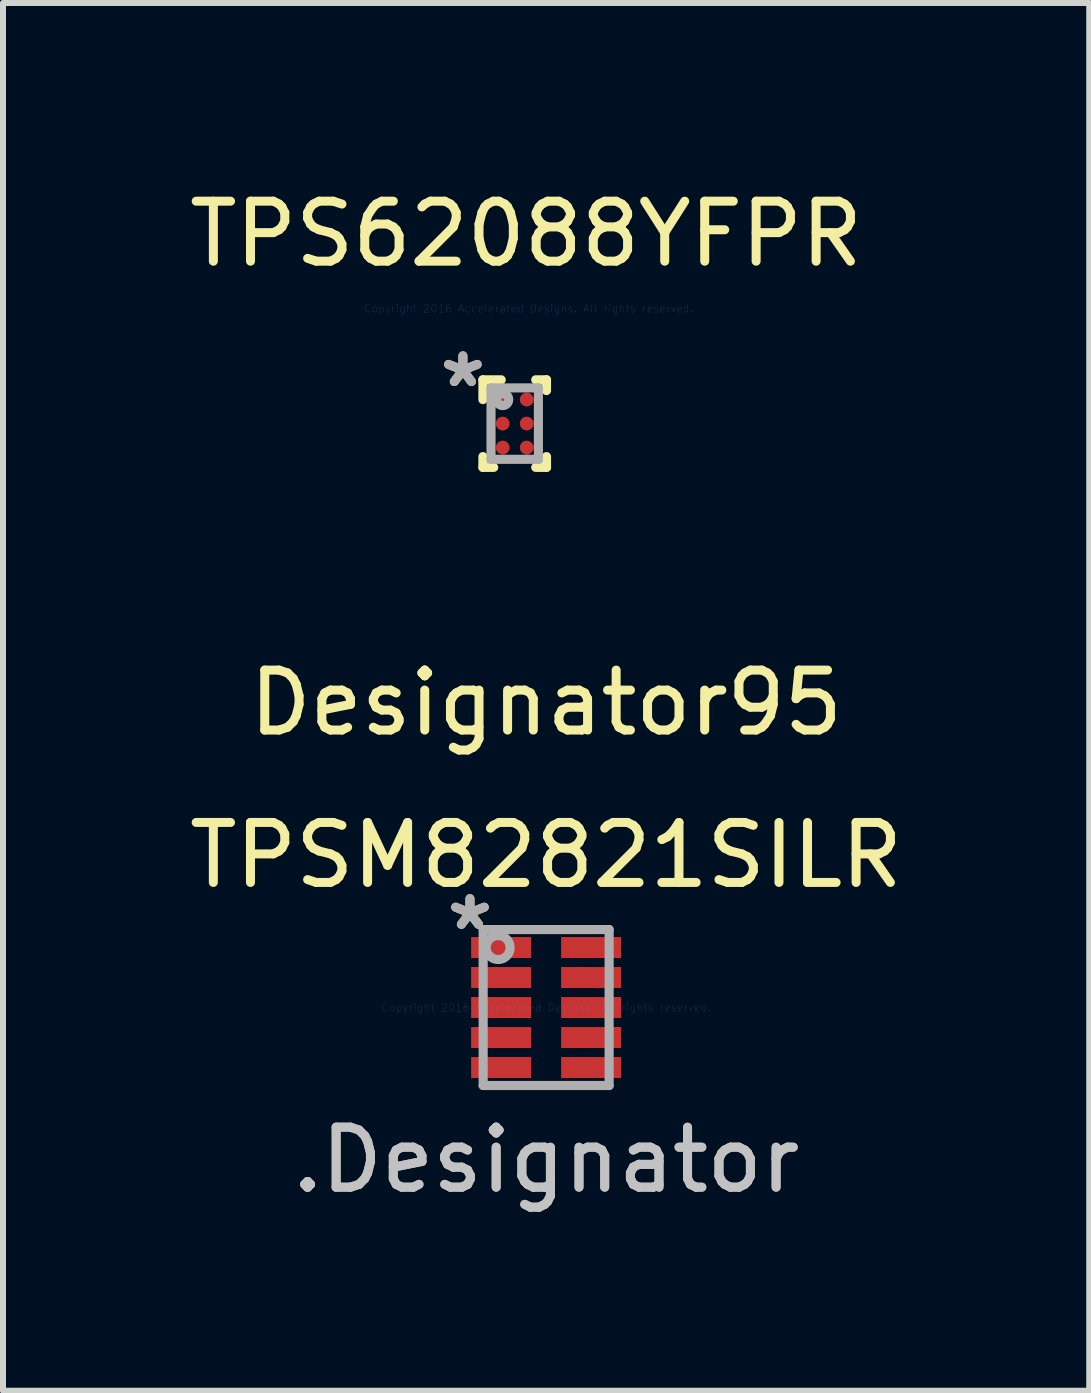
<source format=kicad_pcb>
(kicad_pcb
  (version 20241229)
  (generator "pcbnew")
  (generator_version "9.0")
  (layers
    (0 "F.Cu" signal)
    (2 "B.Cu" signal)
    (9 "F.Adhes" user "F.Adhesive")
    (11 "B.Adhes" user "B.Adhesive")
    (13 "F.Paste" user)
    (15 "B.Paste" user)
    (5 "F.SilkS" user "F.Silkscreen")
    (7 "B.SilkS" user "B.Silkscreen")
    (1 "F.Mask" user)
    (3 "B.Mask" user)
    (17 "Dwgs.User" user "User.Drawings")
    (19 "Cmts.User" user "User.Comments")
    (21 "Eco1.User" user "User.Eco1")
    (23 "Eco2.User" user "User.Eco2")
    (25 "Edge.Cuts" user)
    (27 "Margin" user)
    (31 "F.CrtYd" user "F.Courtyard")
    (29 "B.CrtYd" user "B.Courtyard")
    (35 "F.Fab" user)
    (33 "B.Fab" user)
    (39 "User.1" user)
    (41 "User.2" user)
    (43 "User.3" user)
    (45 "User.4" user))
  (footprint "TPSM82821SILR"
    (layer "F.Cu")
    (at 6.054 13.745)
    (property "Reference" "TPSM82821SILR" (at 0 -2.54 0) (layer "F.SilkS") (effects (font (size 1 1) (thickness 0.15))))
    (attr through_hole)
    (fp_line (start -1.05 -1.3) (end 1.05 -1.3) (stroke (width 0.152) (type solid)) (layer "F.Fab"))
    (fp_line (start -1.05 1.3) (end -1.05 -1.3) (stroke (width 0.152) (type solid)) (layer "F.Fab"))
    (fp_line (start -1.05 1.3) (end 1.05 1.3) (stroke (width 0.152) (type solid)) (layer "F.Fab"))
    (fp_line (start 1.05 1.3) (end 1.05 -1.3) (stroke (width 0.152) (type solid)) (layer "F.Fab"))
    (fp_circle (center -0.8 -1) (end -0.6 -1) (stroke (width 0.152) (type solid)) (fill no) (layer "F.Fab"))
    (fp_text user "Designator95" (at 0 -5.08 0) (layer "F.SilkS") (effects (font (size 1 1) (thickness 0.15))))
    (fp_text user "*" (at -1.27 -1.27 0) (layer "F.SilkS") (effects (font (size 1 1) (thickness 0.15))))
    (fp_text user ".Designator" (at 0 2.54 0) (layer "Dwgs.User") (effects (font (size 1 1) (thickness 0.15))))
    (fp_text user "Copyright 2016 Accelerated Designs. All rights reserved." (at 0 0 0) (layer "Cmts.User") (effects (font (size 0.127 0.127) (thickness 0.002))))
    (fp_text user ".Designator" (at 0 2.54 0) (layer "F.Fab") (effects (font (size 1 1) (thickness 0.15))))
    (fp_text user "*" (at -1.27 -1.27 0) (layer "F.Fab") (effects (font (size 1 1) (thickness 0.15))))
    (pad "1" smd rect (at -0.75 -1) (size 1 0.35) (layers "F.Cu" "F.Mask" "F.Paste"))
    (pad "2" smd rect (at -0.75 -0.5) (size 1 0.35) (layers "F.Cu" "F.Mask" "F.Paste"))
    (pad "3" smd rect (at -0.75 0) (size 1 0.35) (layers "F.Cu" "F.Mask" "F.Paste"))
    (pad "4" smd rect (at -0.75 0.5) (size 1 0.35) (layers "F.Cu" "F.Mask" "F.Paste"))
    (pad "5" smd rect (at -0.75 1) (size 1 0.35) (layers "F.Cu" "F.Mask" "F.Paste"))
    (pad "6" smd rect (at 0.75 1) (size 1 0.35) (layers "F.Cu" "F.Mask" "F.Paste"))
    (pad "7" smd rect (at 0.75 0.5) (size 1 0.35) (layers "F.Cu" "F.Mask" "F.Paste"))
    (pad "8" smd rect (at 0.75 0) (size 1 0.35) (layers "F.Cu" "F.Mask" "F.Paste"))
    (pad "9" smd rect (at 0.75 -0.5) (size 1 0.35) (layers "F.Cu" "F.Mask" "F.Paste"))
    (pad "10" smd rect (at 0.75 -1) (size 1 0.35) (layers "F.Cu" "F.Mask" "F.Paste")))
  (footprint "TPS62088YFPR"
    (layer "F.Cu")
    (at 5.53 4.011)
    (property "Reference" "TPS62088YFPR" (at 0.191 -3.162 0) (layer "F.SilkS") (effects (font (size 1 1) (thickness 0.15))))
    (attr through_hole)
    (fp_line (start -0.53 -0.73) (end -0.225 -0.73) (stroke (width 0.152) (type solid)) (layer "F.SilkS"))
    (fp_line (start -0.53 -0.4) (end -0.53 -0.73) (stroke (width 0.152) (type solid)) (layer "F.SilkS"))
    (fp_line (start -0.53 0.73) (end -0.53 0.55) (stroke (width 0.152) (type solid)) (layer "F.SilkS"))
    (fp_line (start -0.53 0.73) (end -0.35 0.73) (stroke (width 0.152) (type solid)) (layer "F.SilkS"))
    (fp_line (start 0.35 0.73) (end 0.53 0.73) (stroke (width 0.152) (type solid)) (layer "F.SilkS"))
    (fp_line (start 0.35 -0.73) (end 0.53 -0.73) (stroke (width 0.152) (type solid)) (layer "F.SilkS"))
    (fp_line (start 0.53 -0.55) (end 0.53 -0.73) (stroke (width 0.152) (type solid)) (layer "F.SilkS"))
    (fp_line (start 0.53 0.73) (end 0.53 0.55) (stroke (width 0.152) (type solid)) (layer "F.SilkS"))
    (fp_line (start -0.325 -0.475) (end -0.325 -0.325) (stroke (width 0.152) (type solid)) (layer "F.Paste"))
    (fp_line (start -0.325 -0.325) (end -0.275 -0.325) (stroke (width 0.152) (type solid)) (layer "F.Paste"))
    (fp_line (start -0.325 -0.075) (end -0.325 0.075) (stroke (width 0.152) (type solid)) (layer "F.Paste"))
    (fp_line (start -0.325 0.075) (end -0.275 0.075) (stroke (width 0.152) (type solid)) (layer "F.Paste"))
    (fp_line (start -0.325 0.325) (end -0.325 0.475) (stroke (width 0.152) (type solid)) (layer "F.Paste"))
    (fp_line (start -0.325 0.475) (end -0.275 0.475) (stroke (width 0.152) (type solid)) (layer "F.Paste"))
    (fp_line (start -0.275 -0.525) (end -0.275 -0.475) (stroke (width 0.152) (type solid)) (layer "F.Paste"))
    (fp_line (start -0.275 -0.475) (end -0.275 -0.325) (stroke (width 0.152) (type solid)) (layer "F.Paste"))
    (fp_line (start -0.275 -0.475) (end -0.325 -0.475) (stroke (width 0.152) (type solid)) (layer "F.Paste"))
    (fp_line (start -0.275 -0.475) (end -0.125 -0.475) (stroke (width 0.152) (type solid)) (layer "F.Paste"))
    (fp_line (start -0.275 -0.325) (end -0.275 -0.475) (stroke (width 0.152) (type solid)) (layer "F.Paste"))
    (fp_line (start -0.275 -0.325) (end -0.275 -0.275) (stroke (width 0.152) (type solid)) (layer "F.Paste"))
    (fp_line (start -0.275 -0.325) (end -0.125 -0.325) (stroke (width 0.152) (type solid)) (layer "F.Paste"))
    (fp_line (start -0.275 -0.275) (end -0.125 -0.275) (stroke (width 0.152) (type solid)) (layer "F.Paste"))
    (fp_line (start -0.275 -0.125) (end -0.275 -0.075) (stroke (width 0.152) (type solid)) (layer "F.Paste"))
    (fp_line (start -0.275 -0.075) (end -0.275 0.075) (stroke (width 0.152) (type solid)) (layer "F.Paste"))
    (fp_line (start -0.275 -0.075) (end -0.325 -0.075) (stroke (width 0.152) (type solid)) (layer "F.Paste"))
    (fp_line (start -0.275 -0.075) (end -0.125 -0.075) (stroke (width 0.152) (type solid)) (layer "F.Paste"))
    (fp_line (start -0.275 0.075) (end -0.275 -0.075) (stroke (width 0.152) (type solid)) (layer "F.Paste"))
    (fp_line (start -0.275 0.075) (end -0.275 0.125) (stroke (width 0.152) (type solid)) (layer "F.Paste"))
    (fp_line (start -0.275 0.075) (end -0.125 0.075) (stroke (width 0.152) (type solid)) (layer "F.Paste"))
    (fp_line (start -0.275 0.125) (end -0.125 0.125) (stroke (width 0.152) (type solid)) (layer "F.Paste"))
    (fp_line (start -0.275 0.275) (end -0.275 0.325) (stroke (width 0.152) (type solid)) (layer "F.Paste"))
    (fp_line (start -0.275 0.325) (end -0.275 0.475) (stroke (width 0.152) (type solid)) (layer "F.Paste"))
    (fp_line (start -0.275 0.325) (end -0.325 0.325) (stroke (width 0.152) (type solid)) (layer "F.Paste"))
    (fp_line (start -0.275 0.325) (end -0.125 0.325) (stroke (width 0.152) (type solid)) (layer "F.Paste"))
    (fp_line (start -0.275 0.475) (end -0.275 0.325) (stroke (width 0.152) (type solid)) (layer "F.Paste"))
    (fp_line (start -0.275 0.475) (end -0.275 0.525) (stroke (width 0.152) (type solid)) (layer "F.Paste"))
    (fp_line (start -0.275 0.475) (end -0.125 0.475) (stroke (width 0.152) (type solid)) (layer "F.Paste"))
    (fp_line (start -0.275 0.525) (end -0.125 0.525) (stroke (width 0.152) (type solid)) (layer "F.Paste"))
    (fp_line (start -0.125 -0.525) (end -0.275 -0.525) (stroke (width 0.152) (type solid)) (layer "F.Paste"))
    (fp_line (start -0.125 -0.475) (end -0.125 -0.525) (stroke (width 0.152) (type solid)) (layer "F.Paste"))
    (fp_line (start -0.125 -0.475) (end -0.125 -0.325) (stroke (width 0.152) (type solid)) (layer "F.Paste"))
    (fp_line (start -0.125 -0.325) (end -0.275 -0.325) (stroke (width 0.152) (type solid)) (layer "F.Paste"))
    (fp_line (start -0.125 -0.325) (end -0.075 -0.325) (stroke (width 0.152) (type solid)) (layer "F.Paste"))
    (fp_line (start -0.125 -0.275) (end -0.125 -0.325) (stroke (width 0.152) (type solid)) (layer "F.Paste"))
    (fp_line (start -0.125 -0.125) (end -0.275 -0.125) (stroke (width 0.152) (type solid)) (layer "F.Paste"))
    (fp_line (start -0.125 -0.075) (end -0.125 -0.125) (stroke (width 0.152) (type solid)) (layer "F.Paste"))
    (fp_line (start -0.125 -0.075) (end -0.125 0.075) (stroke (width 0.152) (type solid)) (layer "F.Paste"))
    (fp_line (start -0.125 0.075) (end -0.275 0.075) (stroke (width 0.152) (type solid)) (layer "F.Paste"))
    (fp_line (start -0.125 0.075) (end -0.075 0.075) (stroke (width 0.152) (type solid)) (layer "F.Paste"))
    (fp_line (start -0.125 0.125) (end -0.125 0.075) (stroke (width 0.152) (type solid)) (layer "F.Paste"))
    (fp_line (start -0.125 0.275) (end -0.275 0.275) (stroke (width 0.152) (type solid)) (layer "F.Paste"))
    (fp_line (start -0.125 0.325) (end -0.125 0.275) (stroke (width 0.152) (type solid)) (layer "F.Paste"))
    (fp_line (start -0.125 0.325) (end -0.125 0.475) (stroke (width 0.152) (type solid)) (layer "F.Paste"))
    (fp_line (start -0.125 0.475) (end -0.275 0.475) (stroke (width 0.152) (type solid)) (layer "F.Paste"))
    (fp_line (start -0.125 0.475) (end -0.075 0.475) (stroke (width 0.152) (type solid)) (layer "F.Paste"))
    (fp_line (start -0.125 0.525) (end -0.125 0.475) (stroke (width 0.152) (type solid)) (layer "F.Paste"))
    (fp_line (start -0.125 -0.475) (end -0.275 -0.475) (stroke (width 0.152) (type solid)) (layer "F.Paste"))
    (fp_line (start -0.125 -0.325) (end -0.125 -0.475) (stroke (width 0.152) (type solid)) (layer "F.Paste"))
    (fp_line (start -0.125 -0.075) (end -0.275 -0.075) (stroke (width 0.152) (type solid)) (layer "F.Paste"))
    (fp_line (start -0.125 0.075) (end -0.125 -0.075) (stroke (width 0.152) (type solid)) (layer "F.Paste"))
    (fp_line (start -0.125 0.325) (end -0.275 0.325) (stroke (width 0.152) (type solid)) (layer "F.Paste"))
    (fp_line (start -0.125 0.475) (end -0.125 0.325) (stroke (width 0.152) (type solid)) (layer "F.Paste"))
    (fp_line (start -0.075 -0.475) (end -0.125 -0.475) (stroke (width 0.152) (type solid)) (layer "F.Paste"))
    (fp_line (start -0.075 -0.325) (end -0.075 -0.475) (stroke (width 0.152) (type solid)) (layer "F.Paste"))
    (fp_line (start -0.075 -0.075) (end -0.125 -0.075) (stroke (width 0.152) (type solid)) (layer "F.Paste"))
    (fp_line (start -0.075 0.075) (end -0.075 -0.075) (stroke (width 0.152) (type solid)) (layer "F.Paste"))
    (fp_line (start -0.075 0.325) (end -0.125 0.325) (stroke (width 0.152) (type solid)) (layer "F.Paste"))
    (fp_line (start -0.075 0.475) (end -0.075 0.325) (stroke (width 0.152) (type solid)) (layer "F.Paste"))
    (fp_line (start 0.075 -0.475) (end 0.075 -0.325) (stroke (width 0.152) (type solid)) (layer "F.Paste"))
    (fp_line (start 0.075 -0.325) (end 0.125 -0.325) (stroke (width 0.152) (type solid)) (layer "F.Paste"))
    (fp_line (start 0.075 -0.075) (end 0.075 0.075) (stroke (width 0.152) (type solid)) (layer "F.Paste"))
    (fp_line (start 0.075 0.075) (end 0.125 0.075) (stroke (width 0.152) (type solid)) (layer "F.Paste"))
    (fp_line (start 0.075 0.325) (end 0.075 0.475) (stroke (width 0.152) (type solid)) (layer "F.Paste"))
    (fp_line (start 0.075 0.475) (end 0.125 0.475) (stroke (width 0.152) (type solid)) (layer "F.Paste"))
    (fp_line (start 0.125 -0.525) (end 0.125 -0.475) (stroke (width 0.152) (type solid)) (layer "F.Paste"))
    (fp_line (start 0.125 -0.475) (end 0.125 -0.325) (stroke (width 0.152) (type solid)) (layer "F.Paste"))
    (fp_line (start 0.125 -0.475) (end 0.075 -0.475) (stroke (width 0.152) (type solid)) (layer "F.Paste"))
    (fp_line (start 0.125 -0.475) (end 0.275 -0.475) (stroke (width 0.152) (type solid)) (layer "F.Paste"))
    (fp_line (start 0.125 -0.325) (end 0.125 -0.475) (stroke (width 0.152) (type solid)) (layer "F.Paste"))
    (fp_line (start 0.125 -0.325) (end 0.125 -0.275) (stroke (width 0.152) (type solid)) (layer "F.Paste"))
    (fp_line (start 0.125 -0.325) (end 0.275 -0.325) (stroke (width 0.152) (type solid)) (layer "F.Paste"))
    (fp_line (start 0.125 -0.275) (end 0.275 -0.275) (stroke (width 0.152) (type solid)) (layer "F.Paste"))
    (fp_line (start 0.125 -0.125) (end 0.125 -0.075) (stroke (width 0.152) (type solid)) (layer "F.Paste"))
    (fp_line (start 0.125 -0.075) (end 0.125 0.075) (stroke (width 0.152) (type solid)) (layer "F.Paste"))
    (fp_line (start 0.125 -0.075) (end 0.075 -0.075) (stroke (width 0.152) (type solid)) (layer "F.Paste"))
    (fp_line (start 0.125 -0.075) (end 0.275 -0.075) (stroke (width 0.152) (type solid)) (layer "F.Paste"))
    (fp_line (start 0.125 0.075) (end 0.125 -0.075) (stroke (width 0.152) (type solid)) (layer "F.Paste"))
    (fp_line (start 0.125 0.075) (end 0.125 0.125) (stroke (width 0.152) (type solid)) (layer "F.Paste"))
    (fp_line (start 0.125 0.075) (end 0.275 0.075) (stroke (width 0.152) (type solid)) (layer "F.Paste"))
    (fp_line (start 0.125 0.125) (end 0.275 0.125) (stroke (width 0.152) (type solid)) (layer "F.Paste"))
    (fp_line (start 0.125 0.275) (end 0.125 0.325) (stroke (width 0.152) (type solid)) (layer "F.Paste"))
    (fp_line (start 0.125 0.325) (end 0.125 0.475) (stroke (width 0.152) (type solid)) (layer "F.Paste"))
    (fp_line (start 0.125 0.325) (end 0.075 0.325) (stroke (width 0.152) (type solid)) (layer "F.Paste"))
    (fp_line (start 0.125 0.325) (end 0.275 0.325) (stroke (width 0.152) (type solid)) (layer "F.Paste"))
    (fp_line (start 0.125 0.475) (end 0.125 0.325) (stroke (width 0.152) (type solid)) (layer "F.Paste"))
    (fp_line (start 0.125 0.475) (end 0.125 0.525) (stroke (width 0.152) (type solid)) (layer "F.Paste"))
    (fp_line (start 0.125 0.475) (end 0.275 0.475) (stroke (width 0.152) (type solid)) (layer "F.Paste"))
    (fp_line (start 0.125 0.525) (end 0.275 0.525) (stroke (width 0.152) (type solid)) (layer "F.Paste"))
    (fp_line (start 0.275 -0.525) (end 0.125 -0.525) (stroke (width 0.152) (type solid)) (layer "F.Paste"))
    (fp_line (start 0.275 -0.475) (end 0.275 -0.525) (stroke (width 0.152) (type solid)) (layer "F.Paste"))
    (fp_line (start 0.275 -0.475) (end 0.275 -0.325) (stroke (width 0.152) (type solid)) (layer "F.Paste"))
    (fp_line (start 0.275 -0.325) (end 0.125 -0.325) (stroke (width 0.152) (type solid)) (layer "F.Paste"))
    (fp_line (start 0.275 -0.325) (end 0.325 -0.325) (stroke (width 0.152) (type solid)) (layer "F.Paste"))
    (fp_line (start 0.275 -0.275) (end 0.275 -0.325) (stroke (width 0.152) (type solid)) (layer "F.Paste"))
    (fp_line (start 0.275 -0.125) (end 0.125 -0.125) (stroke (width 0.152) (type solid)) (layer "F.Paste"))
    (fp_line (start 0.275 -0.075) (end 0.275 -0.125) (stroke (width 0.152) (type solid)) (layer "F.Paste"))
    (fp_line (start 0.275 -0.075) (end 0.275 0.075) (stroke (width 0.152) (type solid)) (layer "F.Paste"))
    (fp_line (start 0.275 0.075) (end 0.125 0.075) (stroke (width 0.152) (type solid)) (layer "F.Paste"))
    (fp_line (start 0.275 0.075) (end 0.325 0.075) (stroke (width 0.152) (type solid)) (layer "F.Paste"))
    (fp_line (start 0.275 0.125) (end 0.275 0.075) (stroke (width 0.152) (type solid)) (layer "F.Paste"))
    (fp_line (start 0.275 0.275) (end 0.125 0.275) (stroke (width 0.152) (type solid)) (layer "F.Paste"))
    (fp_line (start 0.275 0.325) (end 0.275 0.275) (stroke (width 0.152) (type solid)) (layer "F.Paste"))
    (fp_line (start 0.275 0.325) (end 0.275 0.475) (stroke (width 0.152) (type solid)) (layer "F.Paste"))
    (fp_line (start 0.275 0.475) (end 0.125 0.475) (stroke (width 0.152) (type solid)) (layer "F.Paste"))
    (fp_line (start 0.275 0.475) (end 0.325 0.475) (stroke (width 0.152) (type solid)) (layer "F.Paste"))
    (fp_line (start 0.275 0.525) (end 0.275 0.475) (stroke (width 0.152) (type solid)) (layer "F.Paste"))
    (fp_line (start 0.275 -0.475) (end 0.125 -0.475) (stroke (width 0.152) (type solid)) (layer "F.Paste"))
    (fp_line (start 0.275 -0.325) (end 0.275 -0.475) (stroke (width 0.152) (type solid)) (layer "F.Paste"))
    (fp_line (start 0.275 -0.075) (end 0.125 -0.075) (stroke (width 0.152) (type solid)) (layer "F.Paste"))
    (fp_line (start 0.275 0.075) (end 0.275 -0.075) (stroke (width 0.152) (type solid)) (layer "F.Paste"))
    (fp_line (start 0.275 0.325) (end 0.125 0.325) (stroke (width 0.152) (type solid)) (layer "F.Paste"))
    (fp_line (start 0.275 0.475) (end 0.275 0.325) (stroke (width 0.152) (type solid)) (layer "F.Paste"))
    (fp_line (start 0.325 -0.475) (end 0.275 -0.475) (stroke (width 0.152) (type solid)) (layer "F.Paste"))
    (fp_line (start 0.325 -0.325) (end 0.325 -0.475) (stroke (width 0.152) (type solid)) (layer "F.Paste"))
    (fp_line (start 0.325 -0.075) (end 0.275 -0.075) (stroke (width 0.152) (type solid)) (layer "F.Paste"))
    (fp_line (start 0.325 0.075) (end 0.325 -0.075) (stroke (width 0.152) (type solid)) (layer "F.Paste"))
    (fp_line (start 0.325 0.325) (end 0.275 0.325) (stroke (width 0.152) (type solid)) (layer "F.Paste"))
    (fp_line (start 0.325 0.475) (end 0.325 0.325) (stroke (width 0.152) (type solid)) (layer "F.Paste"))
    (fp_line (start -0.395 -0.595) (end 0.395 -0.595) (stroke (width 0.152) (type solid)) (layer "F.Fab"))
    (fp_line (start -0.395 0.595) (end -0.395 -0.595) (stroke (width 0.152) (type solid)) (layer "F.Fab"))
    (fp_line (start -0.395 0.595) (end 0.395 0.595) (stroke (width 0.152) (type solid)) (layer "F.Fab"))
    (fp_line (start 0.395 0.595) (end 0.395 -0.595) (stroke (width 0.152) (type solid)) (layer "F.Fab"))
    (fp_circle (center -0.2 -0.4) (end -0.1 -0.4) (stroke (width 0.152) (type solid)) (fill no) (layer "F.Fab"))
    (fp_text user "*" (at -0.864 -0.584 0) (layer "F.SilkS") (effects (font (size 1 1) (thickness 0.15))))
    (fp_text user "Copyright 2016 Accelerated Designs. All rights reserved." (at 0.229 -1.918 0) (layer "Cmts.User") (effects (font (size 0.127 0.127) (thickness 0.002))))
    (fp_text user "*" (at -0.864 -0.584 0) (layer "F.Fab") (effects (font (size 1 1) (thickness 0.15))))
    (pad "A1" smd circle (at -0.2 -0.4) (size 0.23 0.23) (layers "F.Cu" "F.Mask" "F.Paste"))
    (pad "A2" smd circle (at 0.2 -0.4) (size 0.23 0.23) (layers "F.Cu" "F.Mask" "F.Paste"))
    (pad "B1" smd circle (at -0.2 0) (size 0.23 0.23) (layers "F.Cu" "F.Mask" "F.Paste"))
    (pad "B2" smd circle (at 0.2 0) (size 0.23 0.23) (layers "F.Cu" "F.Mask" "F.Paste"))
    (pad "C1" smd circle (at -0.2 0.4) (size 0.23 0.23) (layers "F.Cu" "F.Mask" "F.Paste"))
    (pad "C2" smd circle (at 0.2 0.4) (size 0.23 0.23) (layers "F.Cu" "F.Mask" "F.Paste")))
  (gr_rect
    (start -3 -3)
    (end 15.107 20.133)
    (stroke (width 0.1) (type default))
    (fill no)
    (layer "Edge.Cuts")))
</source>
